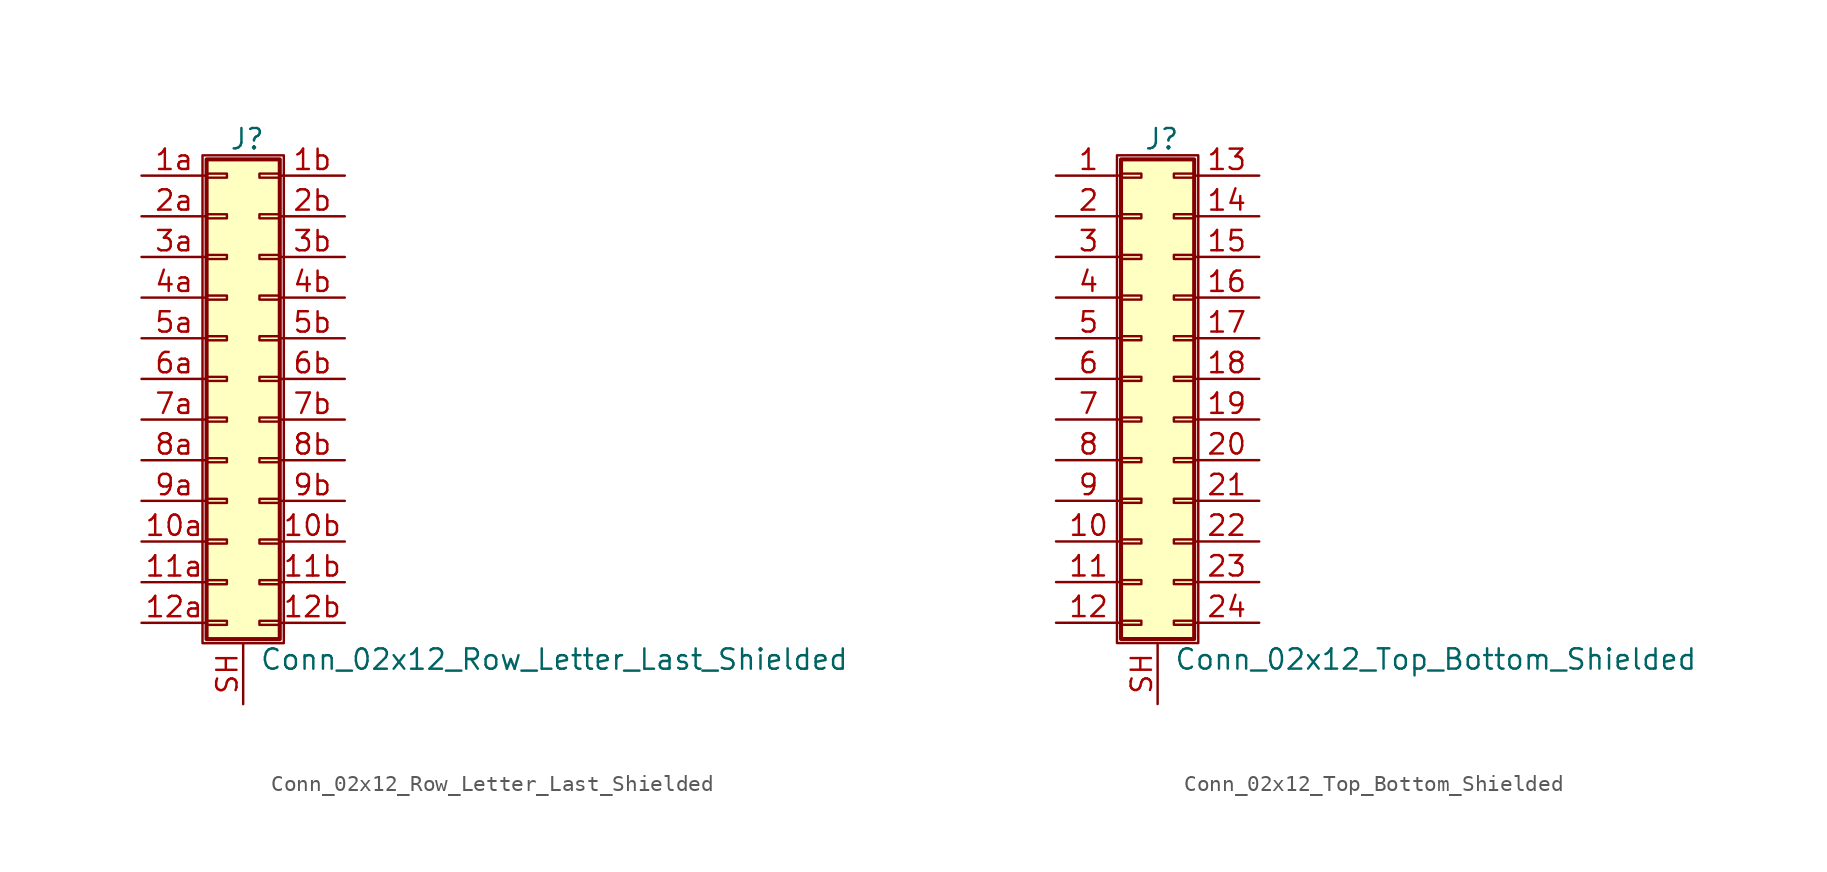
<source format=kicad_sym>
(kicad_symbol_lib
  (version 20220914)
  (generator kicad_symbol_editor)
  (symbol "Conn_02x12_Row_Letter_Last_Shielded"
    (pin_names
      (offset 1.016) hide)
    (property "Reference" "J"
      (at 1.524 14.986 0)
      (effects (font (size 1.27 1.27))))
    (property "Value" "Conn_02x12_Row_Letter_Last_Shielded"
      (at 2.286 -17.526 0)
      (effects (font (size 1.27 1.27)) (justify left)))
    (symbol "Conn_02x12_Row_Letter_Last_Shielded_1_1"
      (rectangle (start -1.27 13.97) (end 3.81 -16.51) (stroke (width 0.152) (type default)) (fill (type none)))
      (rectangle (start -1.016 -15.113) (end 0.254 -15.367) (stroke (width 0.152) (type default)) (fill (type none)))
      (rectangle (start -1.016 -12.573) (end 0.254 -12.827) (stroke (width 0.152) (type default)) (fill (type none)))
      (rectangle (start -1.016 -10.033) (end 0.254 -10.287) (stroke (width 0.152) (type default)) (fill (type none)))
      (rectangle (start -1.016 -7.493) (end 0.254 -7.747) (stroke (width 0.152) (type default)) (fill (type none)))
      (rectangle (start -1.016 -4.953) (end 0.254 -5.207) (stroke (width 0.152) (type default)) (fill (type none)))
      (rectangle (start -1.016 -2.413) (end 0.254 -2.667) (stroke (width 0.152) (type default)) (fill (type none)))
      (rectangle (start -1.016 0.127) (end 0.254 -0.127) (stroke (width 0.152) (type default)) (fill (type none)))
      (rectangle (start -1.016 2.667) (end 0.254 2.413) (stroke (width 0.152) (type default)) (fill (type none)))
      (rectangle (start -1.016 5.207) (end 0.254 4.953) (stroke (width 0.152) (type default)) (fill (type none)))
      (rectangle (start -1.016 7.747) (end 0.254 7.493) (stroke (width 0.152) (type default)) (fill (type none)))
      (rectangle (start -1.016 10.287) (end 0.254 10.033) (stroke (width 0.152) (type default)) (fill (type none)))
      (rectangle (start -1.016 12.827) (end 0.254 12.573) (stroke (width 0.152) (type default)) (fill (type none)))
      (rectangle (start -1.016 13.716) (end 3.556 -16.256) (stroke (width 0.254) (type default)) (fill (type background)))
      (rectangle (start 3.556 -15.113) (end 2.286 -15.367) (stroke (width 0.152) (type default)) (fill (type none)))
      (rectangle (start 3.556 -12.573) (end 2.286 -12.827) (stroke (width 0.152) (type default)) (fill (type none)))
      (rectangle (start 3.556 -10.033) (end 2.286 -10.287) (stroke (width 0.152) (type default)) (fill (type none)))
      (rectangle (start 3.556 -7.493) (end 2.286 -7.747) (stroke (width 0.152) (type default)) (fill (type none)))
      (rectangle (start 3.556 -4.953) (end 2.286 -5.207) (stroke (width 0.152) (type default)) (fill (type none)))
      (rectangle (start 3.556 -2.413) (end 2.286 -2.667) (stroke (width 0.152) (type default)) (fill (type none)))
      (rectangle (start 3.556 0.127) (end 2.286 -0.127) (stroke (width 0.152) (type default)) (fill (type none)))
      (rectangle (start 3.556 2.667) (end 2.286 2.413) (stroke (width 0.152) (type default)) (fill (type none)))
      (rectangle (start 3.556 5.207) (end 2.286 4.953) (stroke (width 0.152) (type default)) (fill (type none)))
      (rectangle (start 3.556 7.747) (end 2.286 7.493) (stroke (width 0.152) (type default)) (fill (type none)))
      (rectangle (start 3.556 10.287) (end 2.286 10.033) (stroke (width 0.152) (type default)) (fill (type none)))
      (rectangle (start 3.556 12.827) (end 2.286 12.573) (stroke (width 0.152) (type default)) (fill (type none)))
      (pin passive line (at -5.08 -10.16 0) (length 4.064) (name "Pin_10a" (effects (font (size 1.27 1.27)))) (number "10a" (effects (font (size 1.27 1.27)))))
      (pin passive line (at 7.62 -10.16 180) (length 4.064) (name "Pin_10b" (effects (font (size 1.27 1.27)))) (number "10b" (effects (font (size 1.27 1.27)))))
      (pin passive line (at -5.08 -12.7 0) (length 4.064) (name "Pin_11a" (effects (font (size 1.27 1.27)))) (number "11a" (effects (font (size 1.27 1.27)))))
      (pin passive line (at 7.62 -12.7 180) (length 4.064) (name "Pin_11b" (effects (font (size 1.27 1.27)))) (number "11b" (effects (font (size 1.27 1.27)))))
      (pin passive line (at -5.08 -15.24 0) (length 4.064) (name "Pin_12a" (effects (font (size 1.27 1.27)))) (number "12a" (effects (font (size 1.27 1.27)))))
      (pin passive line (at 7.62 -15.24 180) (length 4.064) (name "Pin_12b" (effects (font (size 1.27 1.27)))) (number "12b" (effects (font (size 1.27 1.27)))))
      (pin passive line (at -5.08 12.7 0) (length 4.064) (name "Pin_1a" (effects (font (size 1.27 1.27)))) (number "1a" (effects (font (size 1.27 1.27)))))
      (pin passive line (at 7.62 12.7 180) (length 4.064) (name "Pin_1b" (effects (font (size 1.27 1.27)))) (number "1b" (effects (font (size 1.27 1.27)))))
      (pin passive line (at -5.08 10.16 0) (length 4.064) (name "Pin_2a" (effects (font (size 1.27 1.27)))) (number "2a" (effects (font (size 1.27 1.27)))))
      (pin passive line (at 7.62 10.16 180) (length 4.064) (name "Pin_2b" (effects (font (size 1.27 1.27)))) (number "2b" (effects (font (size 1.27 1.27)))))
      (pin passive line (at -5.08 7.62 0) (length 4.064) (name "Pin_3a" (effects (font (size 1.27 1.27)))) (number "3a" (effects (font (size 1.27 1.27)))))
      (pin passive line (at 7.62 7.62 180) (length 4.064) (name "Pin_3b" (effects (font (size 1.27 1.27)))) (number "3b" (effects (font (size 1.27 1.27)))))
      (pin passive line (at -5.08 5.08 0) (length 4.064) (name "Pin_4a" (effects (font (size 1.27 1.27)))) (number "4a" (effects (font (size 1.27 1.27)))))
      (pin passive line (at 7.62 5.08 180) (length 4.064) (name "Pin_4b" (effects (font (size 1.27 1.27)))) (number "4b" (effects (font (size 1.27 1.27)))))
      (pin passive line (at -5.08 2.54 0) (length 4.064) (name "Pin_5a" (effects (font (size 1.27 1.27)))) (number "5a" (effects (font (size 1.27 1.27)))))
      (pin passive line (at 7.62 2.54 180) (length 4.064) (name "Pin_5b" (effects (font (size 1.27 1.27)))) (number "5b" (effects (font (size 1.27 1.27)))))
      (pin passive line (at -5.08 0 0) (length 4.064) (name "Pin_6a" (effects (font (size 1.27 1.27)))) (number "6a" (effects (font (size 1.27 1.27)))))
      (pin passive line (at 7.62 0 180) (length 4.064) (name "Pin_6b" (effects (font (size 1.27 1.27)))) (number "6b" (effects (font (size 1.27 1.27)))))
      (pin passive line (at -5.08 -2.54 0) (length 4.064) (name "Pin_7a" (effects (font (size 1.27 1.27)))) (number "7a" (effects (font (size 1.27 1.27)))))
      (pin passive line (at 7.62 -2.54 180) (length 4.064) (name "Pin_7b" (effects (font (size 1.27 1.27)))) (number "7b" (effects (font (size 1.27 1.27)))))
      (pin passive line (at -5.08 -5.08 0) (length 4.064) (name "Pin_8a" (effects (font (size 1.27 1.27)))) (number "8a" (effects (font (size 1.27 1.27)))))
      (pin passive line (at 7.62 -5.08 180) (length 4.064) (name "Pin_8b" (effects (font (size 1.27 1.27)))) (number "8b" (effects (font (size 1.27 1.27)))))
      (pin passive line (at -5.08 -7.62 0) (length 4.064) (name "Pin_9a" (effects (font (size 1.27 1.27)))) (number "9a" (effects (font (size 1.27 1.27)))))
      (pin passive line (at 7.62 -7.62 180) (length 4.064) (name "Pin_9b" (effects (font (size 1.27 1.27)))) (number "9b" (effects (font (size 1.27 1.27)))))
      (pin passive line (at 1.27 -20.32 90) (length 3.81) (name "Shield" (effects (font (size 1.27 1.27)))) (number "SH" (effects (font (size 1.27 1.27)))))))
  (symbol "Conn_02x12_Top_Bottom_Shielded"
    (pin_names
      (offset 1.016) hide)
    (property "Reference" "J"
      (at 1.524 14.986 0)
      (effects (font (size 1.27 1.27))))
    (property "Value" "Conn_02x12_Top_Bottom_Shielded"
      (at 2.286 -17.526 0)
      (effects (font (size 1.27 1.27)) (justify left)))
    (symbol "Conn_02x12_Top_Bottom_Shielded_1_1"
      (rectangle (start -1.27 13.97) (end 3.81 -16.51) (stroke (width 0.152) (type default)) (fill (type none)))
      (rectangle (start -1.016 -15.113) (end 0.254 -15.367) (stroke (width 0.152) (type default)) (fill (type none)))
      (rectangle (start -1.016 -12.573) (end 0.254 -12.827) (stroke (width 0.152) (type default)) (fill (type none)))
      (rectangle (start -1.016 -10.033) (end 0.254 -10.287) (stroke (width 0.152) (type default)) (fill (type none)))
      (rectangle (start -1.016 -7.493) (end 0.254 -7.747) (stroke (width 0.152) (type default)) (fill (type none)))
      (rectangle (start -1.016 -4.953) (end 0.254 -5.207) (stroke (width 0.152) (type default)) (fill (type none)))
      (rectangle (start -1.016 -2.413) (end 0.254 -2.667) (stroke (width 0.152) (type default)) (fill (type none)))
      (rectangle (start -1.016 0.127) (end 0.254 -0.127) (stroke (width 0.152) (type default)) (fill (type none)))
      (rectangle (start -1.016 2.667) (end 0.254 2.413) (stroke (width 0.152) (type default)) (fill (type none)))
      (rectangle (start -1.016 5.207) (end 0.254 4.953) (stroke (width 0.152) (type default)) (fill (type none)))
      (rectangle (start -1.016 7.747) (end 0.254 7.493) (stroke (width 0.152) (type default)) (fill (type none)))
      (rectangle (start -1.016 10.287) (end 0.254 10.033) (stroke (width 0.152) (type default)) (fill (type none)))
      (rectangle (start -1.016 12.827) (end 0.254 12.573) (stroke (width 0.152) (type default)) (fill (type none)))
      (rectangle (start -1.016 13.716) (end 3.556 -16.256) (stroke (width 0.254) (type default)) (fill (type background)))
      (rectangle (start 3.556 -15.113) (end 2.286 -15.367) (stroke (width 0.152) (type default)) (fill (type none)))
      (rectangle (start 3.556 -12.573) (end 2.286 -12.827) (stroke (width 0.152) (type default)) (fill (type none)))
      (rectangle (start 3.556 -10.033) (end 2.286 -10.287) (stroke (width 0.152) (type default)) (fill (type none)))
      (rectangle (start 3.556 -7.493) (end 2.286 -7.747) (stroke (width 0.152) (type default)) (fill (type none)))
      (rectangle (start 3.556 -4.953) (end 2.286 -5.207) (stroke (width 0.152) (type default)) (fill (type none)))
      (rectangle (start 3.556 -2.413) (end 2.286 -2.667) (stroke (width 0.152) (type default)) (fill (type none)))
      (rectangle (start 3.556 0.127) (end 2.286 -0.127) (stroke (width 0.152) (type default)) (fill (type none)))
      (rectangle (start 3.556 2.667) (end 2.286 2.413) (stroke (width 0.152) (type default)) (fill (type none)))
      (rectangle (start 3.556 5.207) (end 2.286 4.953) (stroke (width 0.152) (type default)) (fill (type none)))
      (rectangle (start 3.556 7.747) (end 2.286 7.493) (stroke (width 0.152) (type default)) (fill (type none)))
      (rectangle (start 3.556 10.287) (end 2.286 10.033) (stroke (width 0.152) (type default)) (fill (type none)))
      (rectangle (start 3.556 12.827) (end 2.286 12.573) (stroke (width 0.152) (type default)) (fill (type none)))
      (pin passive line (at -5.08 12.7 0) (length 4.064) (name "Pin_1" (effects (font (size 1.27 1.27)))) (number "1" (effects (font (size 1.27 1.27)))))
      (pin passive line (at -5.08 -10.16 0) (length 4.064) (name "Pin_10" (effects (font (size 1.27 1.27)))) (number "10" (effects (font (size 1.27 1.27)))))
      (pin passive line (at -5.08 -12.7 0) (length 4.064) (name "Pin_11" (effects (font (size 1.27 1.27)))) (number "11" (effects (font (size 1.27 1.27)))))
      (pin passive line (at -5.08 -15.24 0) (length 4.064) (name "Pin_12" (effects (font (size 1.27 1.27)))) (number "12" (effects (font (size 1.27 1.27)))))
      (pin passive line (at 7.62 12.7 180) (length 4.064) (name "Pin_13" (effects (font (size 1.27 1.27)))) (number "13" (effects (font (size 1.27 1.27)))))
      (pin passive line (at 7.62 10.16 180) (length 4.064) (name "Pin_14" (effects (font (size 1.27 1.27)))) (number "14" (effects (font (size 1.27 1.27)))))
      (pin passive line (at 7.62 7.62 180) (length 4.064) (name "Pin_15" (effects (font (size 1.27 1.27)))) (number "15" (effects (font (size 1.27 1.27)))))
      (pin passive line (at 7.62 5.08 180) (length 4.064) (name "Pin_16" (effects (font (size 1.27 1.27)))) (number "16" (effects (font (size 1.27 1.27)))))
      (pin passive line (at 7.62 2.54 180) (length 4.064) (name "Pin_17" (effects (font (size 1.27 1.27)))) (number "17" (effects (font (size 1.27 1.27)))))
      (pin passive line (at 7.62 0 180) (length 4.064) (name "Pin_18" (effects (font (size 1.27 1.27)))) (number "18" (effects (font (size 1.27 1.27)))))
      (pin passive line (at 7.62 -2.54 180) (length 4.064) (name "Pin_19" (effects (font (size 1.27 1.27)))) (number "19" (effects (font (size 1.27 1.27)))))
      (pin passive line (at -5.08 10.16 0) (length 4.064) (name "Pin_2" (effects (font (size 1.27 1.27)))) (number "2" (effects (font (size 1.27 1.27)))))
      (pin passive line (at 7.62 -5.08 180) (length 4.064) (name "Pin_20" (effects (font (size 1.27 1.27)))) (number "20" (effects (font (size 1.27 1.27)))))
      (pin passive line (at 7.62 -7.62 180) (length 4.064) (name "Pin_21" (effects (font (size 1.27 1.27)))) (number "21" (effects (font (size 1.27 1.27)))))
      (pin passive line (at 7.62 -10.16 180) (length 4.064) (name "Pin_22" (effects (font (size 1.27 1.27)))) (number "22" (effects (font (size 1.27 1.27)))))
      (pin passive line (at 7.62 -12.7 180) (length 4.064) (name "Pin_23" (effects (font (size 1.27 1.27)))) (number "23" (effects (font (size 1.27 1.27)))))
      (pin passive line (at 7.62 -15.24 180) (length 4.064) (name "Pin_24" (effects (font (size 1.27 1.27)))) (number "24" (effects (font (size 1.27 1.27)))))
      (pin passive line (at -5.08 7.62 0) (length 4.064) (name "Pin_3" (effects (font (size 1.27 1.27)))) (number "3" (effects (font (size 1.27 1.27)))))
      (pin passive line (at -5.08 5.08 0) (length 4.064) (name "Pin_4" (effects (font (size 1.27 1.27)))) (number "4" (effects (font (size 1.27 1.27)))))
      (pin passive line (at -5.08 2.54 0) (length 4.064) (name "Pin_5" (effects (font (size 1.27 1.27)))) (number "5" (effects (font (size 1.27 1.27)))))
      (pin passive line (at -5.08 0 0) (length 4.064) (name "Pin_6" (effects (font (size 1.27 1.27)))) (number "6" (effects (font (size 1.27 1.27)))))
      (pin passive line (at -5.08 -2.54 0) (length 4.064) (name "Pin_7" (effects (font (size 1.27 1.27)))) (number "7" (effects (font (size 1.27 1.27)))))
      (pin passive line (at -5.08 -5.08 0) (length 4.064) (name "Pin_8" (effects (font (size 1.27 1.27)))) (number "8" (effects (font (size 1.27 1.27)))))
      (pin passive line (at -5.08 -7.62 0) (length 4.064) (name "Pin_9" (effects (font (size 1.27 1.27)))) (number "9" (effects (font (size 1.27 1.27)))))
      (pin passive line (at 1.27 -20.32 90) (length 3.81) (name "Shield" (effects (font (size 1.27 1.27)))) (number "SH" (effects (font (size 1.27 1.27))))))))
</source>
